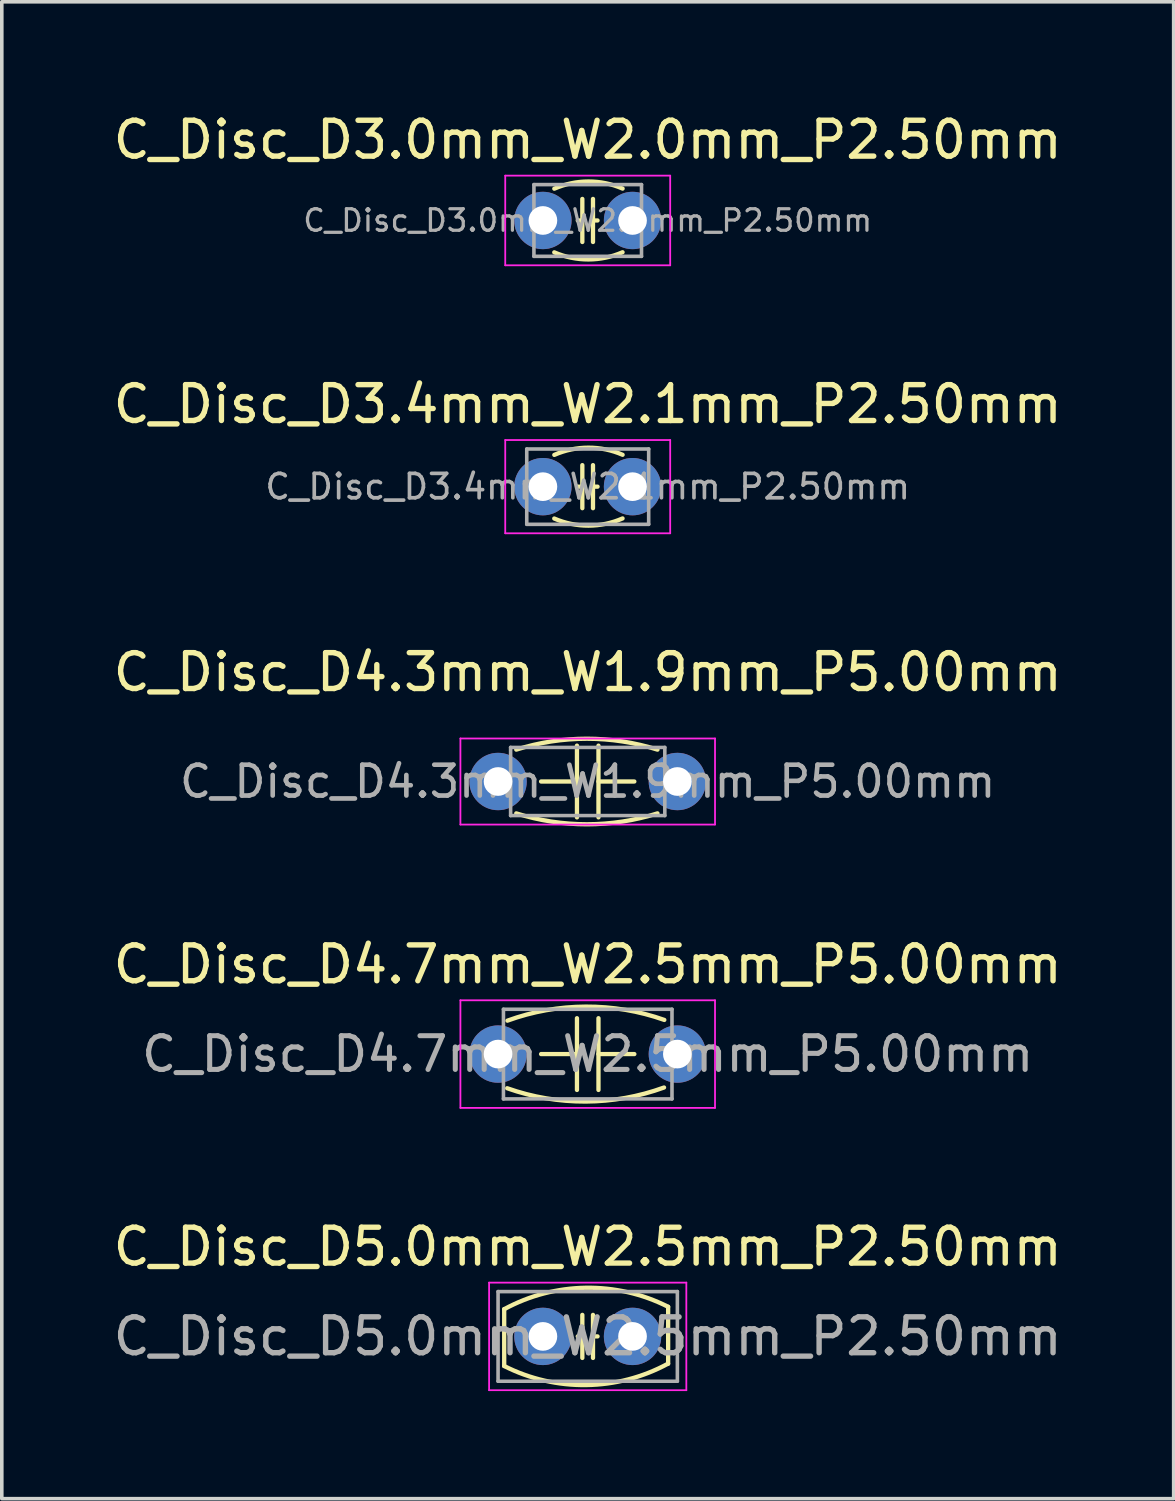
<source format=kicad_pcb>
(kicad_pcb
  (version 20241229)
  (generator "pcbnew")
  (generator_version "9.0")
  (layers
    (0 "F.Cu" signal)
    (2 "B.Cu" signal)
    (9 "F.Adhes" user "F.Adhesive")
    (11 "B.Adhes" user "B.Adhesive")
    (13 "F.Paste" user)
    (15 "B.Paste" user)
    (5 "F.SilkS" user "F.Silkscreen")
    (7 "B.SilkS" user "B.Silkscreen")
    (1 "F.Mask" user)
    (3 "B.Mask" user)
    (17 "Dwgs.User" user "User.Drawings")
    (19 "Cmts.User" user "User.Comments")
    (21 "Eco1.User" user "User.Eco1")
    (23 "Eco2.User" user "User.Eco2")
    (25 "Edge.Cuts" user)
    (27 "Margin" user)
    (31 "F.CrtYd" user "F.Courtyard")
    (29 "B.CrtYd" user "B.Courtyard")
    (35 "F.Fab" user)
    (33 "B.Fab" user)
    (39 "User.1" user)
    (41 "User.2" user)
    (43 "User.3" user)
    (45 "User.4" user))
  (footprint "C_Disc_D5.0mm_W2.5mm_P2.50mm"
    (layer "F.Cu")
    (at 12.089 34.217)
    (property "Reference" "C_Disc_D5.0mm_W2.5mm_P2.50mm" (at 1.25 -2.5 0) (layer "F.SilkS") (effects (font (size 1 1) (thickness 0.15))))
    (fp_line (start -1.079 0.826) (end -1.079 -0.762) (stroke (width 0.12) (type solid)) (layer "F.SilkS"))
    (fp_line (start 0.973 0) (end 1.1 0) (stroke (width 0.12) (type solid)) (layer "F.SilkS"))
    (fp_line (start 1.1 0) (end 1.1 -0.6) (stroke (width 0.12) (type solid)) (layer "F.SilkS"))
    (fp_line (start 1.1 0) (end 1.1 0.6) (stroke (width 0.12) (type solid)) (layer "F.SilkS"))
    (fp_line (start 1.397 0) (end 1.397 -0.6) (stroke (width 0.12) (type solid)) (layer "F.SilkS"))
    (fp_line (start 1.397 0) (end 1.397 0.6) (stroke (width 0.12) (type solid)) (layer "F.SilkS"))
    (fp_line (start 1.524 0) (end 1.397 0) (stroke (width 0.12) (type solid)) (layer "F.SilkS"))
    (fp_line (start 3.493 -0.826) (end 3.493 0.762) (stroke (width 0.12) (type solid)) (layer "F.SilkS"))
    (fp_arc (start -1.078127 -0.759477) (mid 1.19904 -1.356434) (end 3.4925 -0.8255) (stroke (width 0.12) (type solid)) (layer "F.SilkS"))
    (fp_arc (start 3.491127 0.759477) (mid 1.21396 1.356434) (end -1.0795 0.8255) (stroke (width 0.12) (type solid)) (layer "F.SilkS"))
    (fp_line (start -1.5 -1.5) (end -1.5 1.5) (stroke (width 0.05) (type solid)) (layer "F.CrtYd"))
    (fp_line (start -1.5 1.5) (end 4 1.5) (stroke (width 0.05) (type solid)) (layer "F.CrtYd"))
    (fp_line (start 4 -1.5) (end -1.5 -1.5) (stroke (width 0.05) (type solid)) (layer "F.CrtYd"))
    (fp_line (start 4 1.5) (end 4 -1.5) (stroke (width 0.05) (type solid)) (layer "F.CrtYd"))
    (fp_line (start -1.25 -1.25) (end -1.25 1.25) (stroke (width 0.1) (type solid)) (layer "F.Fab"))
    (fp_line (start -1.25 1.25) (end 3.75 1.25) (stroke (width 0.1) (type solid)) (layer "F.Fab"))
    (fp_line (start 3.75 -1.25) (end -1.25 -1.25) (stroke (width 0.1) (type solid)) (layer "F.Fab"))
    (fp_line (start 3.75 1.25) (end 3.75 -1.25) (stroke (width 0.1) (type solid)) (layer "F.Fab"))
    (fp_text user "${REFERENCE}" (at 1.25 0 0) (layer "F.Fab") (effects (font (size 1 1) (thickness 0.15))))
    (pad "1" thru_hole circle (at 0 0) (size 1.6 1.6) (drill 0.8) (layers "*.Cu" "*.Mask"))
    (pad "2" thru_hole circle (at 2.5 0) (size 1.6 1.6) (drill 0.8) (layers "*.Cu" "*.Mask")))
  (footprint "C_Disc_D4.3mm_W1.9mm_P5.00mm"
    (layer "F.Cu")
    (at 10.839 18.743)
    (property "Reference" "C_Disc_D4.3mm_W1.9mm_P5.00mm" (at 2.5 -3.048 0) (layer "F.SilkS") (effects (font (size 1 1) (thickness 0.15))))
    (fp_line (start 1.2 0) (end 2.2 0) (stroke (width 0.12) (type solid)) (layer "F.SilkS"))
    (fp_line (start 2.2 0) (end 2.2 -1) (stroke (width 0.12) (type solid)) (layer "F.SilkS"))
    (fp_line (start 2.2 0) (end 2.2 1) (stroke (width 0.12) (type solid)) (layer "F.SilkS"))
    (fp_line (start 2.8 -1) (end 2.8 1) (stroke (width 0.12) (type solid)) (layer "F.SilkS"))
    (fp_line (start 2.8 0) (end 3.8 0) (stroke (width 0.12) (type solid)) (layer "F.SilkS"))
    (fp_arc (start 0.508 -0.888999) (mid 2.4765 -1.192922) (end 4.444999 -0.888999) (stroke (width 0.12) (type solid)) (layer "F.SilkS"))
    (fp_arc (start 4.444999 0.889) (mid 2.476499 1.192923) (end 0.508 0.889) (stroke (width 0.12) (type solid)) (layer "F.SilkS"))
    (fp_line (start -1.05 -1.2) (end -1.05 1.2) (stroke (width 0.05) (type solid)) (layer "F.CrtYd"))
    (fp_line (start -1.05 1.2) (end 6.05 1.2) (stroke (width 0.05) (type solid)) (layer "F.CrtYd"))
    (fp_line (start 6.05 -1.2) (end -1.05 -1.2) (stroke (width 0.05) (type solid)) (layer "F.CrtYd"))
    (fp_line (start 6.05 1.2) (end 6.05 -1.2) (stroke (width 0.05) (type solid)) (layer "F.CrtYd"))
    (fp_line (start 0.35 -0.95) (end 0.35 0.95) (stroke (width 0.1) (type solid)) (layer "F.Fab"))
    (fp_line (start 0.35 0.95) (end 4.65 0.95) (stroke (width 0.1) (type solid)) (layer "F.Fab"))
    (fp_line (start 4.65 -0.95) (end 0.35 -0.95) (stroke (width 0.1) (type solid)) (layer "F.Fab"))
    (fp_line (start 4.65 0.95) (end 4.65 -0.95) (stroke (width 0.1) (type solid)) (layer "F.Fab"))
    (fp_text user "${REFERENCE}" (at 2.5 0 0) (layer "F.Fab") (effects (font (size 0.86 0.86) (thickness 0.129))))
    (pad "1" thru_hole circle (at 0 0) (size 1.6 1.6) (drill 0.8) (layers "*.Cu" "*.Mask"))
    (pad "2" thru_hole circle (at 5 0) (size 1.6 1.6) (drill 0.8) (layers "*.Cu" "*.Mask")))
  (footprint "C_Disc_D3.0mm_W2.0mm_P2.50mm"
    (layer "F.Cu")
    (at 12.089 3.098)
    (property "Reference" "C_Disc_D3.0mm_W2.0mm_P2.50mm" (at 1.25 -2.25 0) (layer "F.SilkS") (effects (font (size 1 1) (thickness 0.15))))
    (fp_line (start 0.973 0) (end 1.1 0) (stroke (width 0.12) (type solid)) (layer "F.SilkS"))
    (fp_line (start 1.1 0) (end 1.1 -0.6) (stroke (width 0.12) (type solid)) (layer "F.SilkS"))
    (fp_line (start 1.1 0) (end 1.1 0.6) (stroke (width 0.12) (type solid)) (layer "F.SilkS"))
    (fp_line (start 1.397 0) (end 1.397 -0.6) (stroke (width 0.12) (type solid)) (layer "F.SilkS"))
    (fp_line (start 1.397 0) (end 1.397 0.6) (stroke (width 0.12) (type solid)) (layer "F.SilkS"))
    (fp_line (start 1.524 0) (end 1.397 0) (stroke (width 0.12) (type solid)) (layer "F.SilkS"))
    (fp_arc (start 0.31877 -0.886114) (mid 1.270333 -1.08687) (end 2.2225 -0.889) (stroke (width 0.12) (type solid)) (layer "F.SilkS"))
    (fp_arc (start 2.22123 0.886114) (mid 1.269667 1.08687) (end 0.3175 0.889) (stroke (width 0.12) (type solid)) (layer "F.SilkS"))
    (fp_line (start -1.05 -1.25) (end -1.05 1.25) (stroke (width 0.05) (type solid)) (layer "F.CrtYd"))
    (fp_line (start -1.05 1.25) (end 3.55 1.25) (stroke (width 0.05) (type solid)) (layer "F.CrtYd"))
    (fp_line (start 3.55 -1.25) (end -1.05 -1.25) (stroke (width 0.05) (type solid)) (layer "F.CrtYd"))
    (fp_line (start 3.55 1.25) (end 3.55 -1.25) (stroke (width 0.05) (type solid)) (layer "F.CrtYd"))
    (fp_line (start -0.25 -1) (end -0.25 1) (stroke (width 0.1) (type solid)) (layer "F.Fab"))
    (fp_line (start -0.25 1) (end 2.75 1) (stroke (width 0.1) (type solid)) (layer "F.Fab"))
    (fp_line (start 2.75 -1) (end -0.25 -1) (stroke (width 0.1) (type solid)) (layer "F.Fab"))
    (fp_line (start 2.75 1) (end 2.75 -1) (stroke (width 0.1) (type solid)) (layer "F.Fab"))
    (fp_text user "${REFERENCE}" (at 1.25 0 0) (layer "F.Fab") (effects (font (size 0.6 0.6) (thickness 0.09))))
    (pad "1" thru_hole circle (at 0 0) (size 1.6 1.6) (drill 0.8) (layers "*.Cu" "*.Mask"))
    (pad "2" thru_hole circle (at 2.5 0) (size 1.6 1.6) (drill 0.8) (layers "*.Cu" "*.Mask")))
  (footprint "C_Disc_D4.7mm_W2.5mm_P5.00mm"
    (layer "F.Cu")
    (at 10.839 26.344)
    (property "Reference" "C_Disc_D4.7mm_W2.5mm_P5.00mm" (at 2.5 -2.5 0) (layer "F.SilkS") (effects (font (size 1 1) (thickness 0.15))))
    (fp_line (start 1.2 0) (end 2.2 0) (stroke (width 0.12) (type solid)) (layer "F.SilkS"))
    (fp_line (start 2.2 0) (end 2.2 -1) (stroke (width 0.12) (type solid)) (layer "F.SilkS"))
    (fp_line (start 2.2 0) (end 2.2 1) (stroke (width 0.12) (type solid)) (layer "F.SilkS"))
    (fp_line (start 2.8 -1) (end 2.8 1) (stroke (width 0.12) (type solid)) (layer "F.SilkS"))
    (fp_line (start 2.8 0) (end 3.8 0) (stroke (width 0.12) (type solid)) (layer "F.SilkS"))
    (fp_arc (start 0.261356 -0.932324) (mid 2.44667 -1.323463) (end 4.6355 -0.9525) (stroke (width 0.12) (type solid)) (layer "F.SilkS"))
    (fp_arc (start 4.628144 0.932323) (mid 2.44283 1.323462) (end 0.254 0.9525) (stroke (width 0.12) (type solid)) (layer "F.SilkS"))
    (fp_line (start -1.05 -1.5) (end -1.05 1.5) (stroke (width 0.05) (type solid)) (layer "F.CrtYd"))
    (fp_line (start -1.05 1.5) (end 6.05 1.5) (stroke (width 0.05) (type solid)) (layer "F.CrtYd"))
    (fp_line (start 6.05 -1.5) (end -1.05 -1.5) (stroke (width 0.05) (type solid)) (layer "F.CrtYd"))
    (fp_line (start 6.05 1.5) (end 6.05 -1.5) (stroke (width 0.05) (type solid)) (layer "F.CrtYd"))
    (fp_line (start 0.15 -1.25) (end 0.15 1.25) (stroke (width 0.1) (type solid)) (layer "F.Fab"))
    (fp_line (start 0.15 1.25) (end 4.85 1.25) (stroke (width 0.1) (type solid)) (layer "F.Fab"))
    (fp_line (start 4.85 -1.25) (end 0.15 -1.25) (stroke (width 0.1) (type solid)) (layer "F.Fab"))
    (fp_line (start 4.85 1.25) (end 4.85 -1.25) (stroke (width 0.1) (type solid)) (layer "F.Fab"))
    (fp_text user "${REFERENCE}" (at 2.5 0 0) (layer "F.Fab") (effects (font (size 0.94 0.94) (thickness 0.141))))
    (pad "1" thru_hole circle (at 0 0) (size 1.6 1.6) (drill 0.8) (layers "*.Cu" "*.Mask"))
    (pad "2" thru_hole circle (at 5 0) (size 1.6 1.6) (drill 0.8) (layers "*.Cu" "*.Mask")))
  (footprint "C_Disc_D3.4mm_W2.1mm_P2.50mm"
    (layer "F.Cu")
    (at 12.089 10.521)
    (property "Reference" "C_Disc_D3.4mm_W2.1mm_P2.50mm" (at 1.25 -2.3 0) (layer "F.SilkS") (effects (font (size 1 1) (thickness 0.15))))
    (fp_line (start 0.973 0) (end 1.1 0) (stroke (width 0.12) (type solid)) (layer "F.SilkS"))
    (fp_line (start 1.1 0) (end 1.1 -0.6) (stroke (width 0.12) (type solid)) (layer "F.SilkS"))
    (fp_line (start 1.1 0) (end 1.1 0.6) (stroke (width 0.12) (type solid)) (layer "F.SilkS"))
    (fp_line (start 1.397 0) (end 1.397 -0.6) (stroke (width 0.12) (type solid)) (layer "F.SilkS"))
    (fp_line (start 1.397 0) (end 1.397 0.6) (stroke (width 0.12) (type solid)) (layer "F.SilkS"))
    (fp_line (start 1.524 0) (end 1.397 0) (stroke (width 0.12) (type solid)) (layer "F.SilkS"))
    (fp_arc (start 0.31877 -0.886114) (mid 1.270333 -1.08687) (end 2.2225 -0.889) (stroke (width 0.12) (type solid)) (layer "F.SilkS"))
    (fp_arc (start 2.22123 0.886114) (mid 1.269667 1.08687) (end 0.3175 0.889) (stroke (width 0.12) (type solid)) (layer "F.SilkS"))
    (fp_line (start -1.05 -1.3) (end -1.05 1.3) (stroke (width 0.05) (type solid)) (layer "F.CrtYd"))
    (fp_line (start -1.05 1.3) (end 3.55 1.3) (stroke (width 0.05) (type solid)) (layer "F.CrtYd"))
    (fp_line (start 3.55 -1.3) (end -1.05 -1.3) (stroke (width 0.05) (type solid)) (layer "F.CrtYd"))
    (fp_line (start 3.55 1.3) (end 3.55 -1.3) (stroke (width 0.05) (type solid)) (layer "F.CrtYd"))
    (fp_line (start -0.45 -1.05) (end -0.45 1.05) (stroke (width 0.1) (type solid)) (layer "F.Fab"))
    (fp_line (start -0.45 1.05) (end 2.95 1.05) (stroke (width 0.1) (type solid)) (layer "F.Fab"))
    (fp_line (start 2.95 -1.05) (end -0.45 -1.05) (stroke (width 0.1) (type solid)) (layer "F.Fab"))
    (fp_line (start 2.95 1.05) (end 2.95 -1.05) (stroke (width 0.1) (type solid)) (layer "F.Fab"))
    (fp_text user "${REFERENCE}" (at 1.25 0 0) (layer "F.Fab") (effects (font (size 0.68 0.68) (thickness 0.102))))
    (pad "1" thru_hole circle (at 0 0) (size 1.6 1.6) (drill 0.8) (layers "*.Cu" "*.Mask"))
    (pad "2" thru_hole circle (at 2.5 0) (size 1.6 1.6) (drill 0.8) (layers "*.Cu" "*.Mask")))
  (gr_rect
    (start -3 -3)
    (end 29.679 38.742)
    (stroke (width 0.1) (type default))
    (fill no)
    (layer "Edge.Cuts")))
</source>
